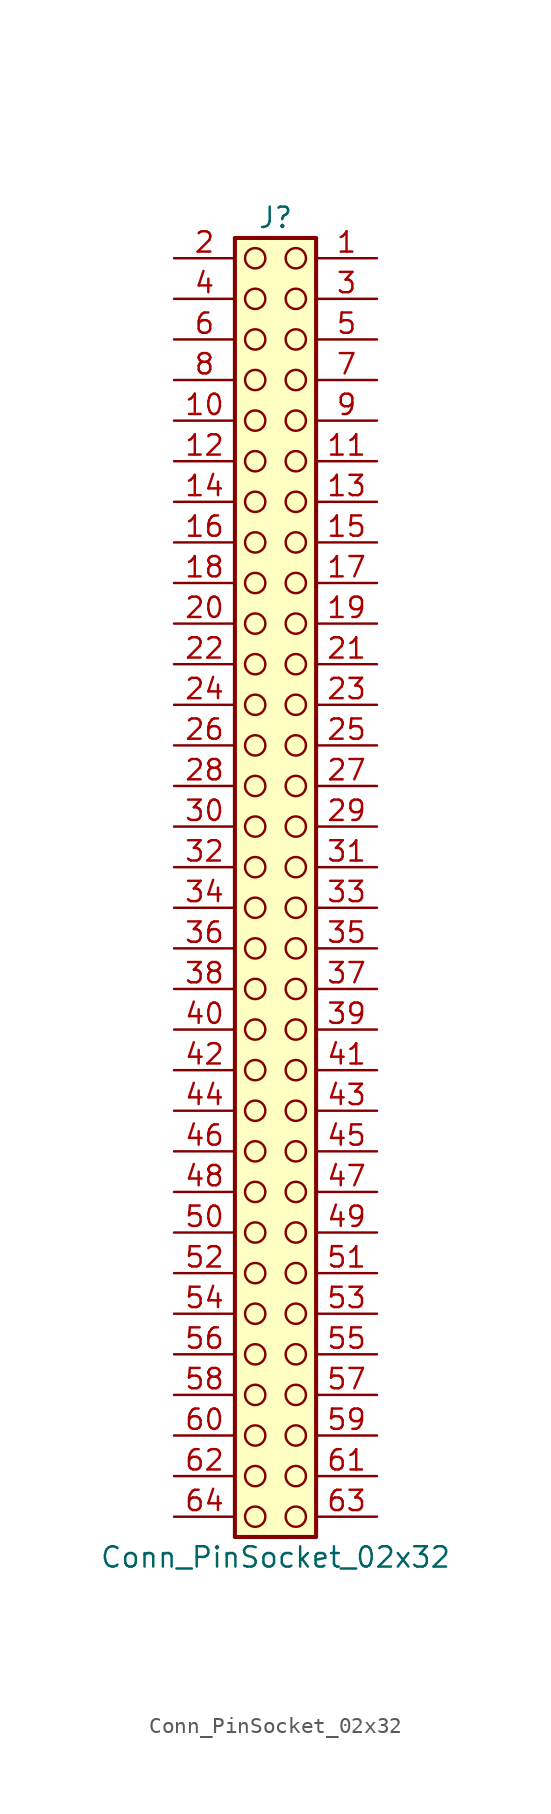
<source format=kicad_sym>
(kicad_symbol_lib
  (version 20241209)
  (generator "kicad_symbol_editor")
  (generator_version "9.0")
  (symbol "Conn_PinSocket_02x32"
    (pin_names
      (offset 1.016)
      (hide yes))
    (property "Reference" "J"
      (at 1.27 40.64 0)
      (effects (font (size 1.27 1.27))))
    (property "Value" "Conn_PinSocket_02x32"
      (at 1.27 -43.18 0)
      (effects (font (size 1.27 1.27))))
    (symbol "Conn_PinSocket_02x32_1_1"
      (rectangle (start -1.27 39.37) (end 3.81 -41.91) (stroke (width 0.254) (type default)) (fill (type background)))
      (circle (center 0 38.1) (radius 0.635) (stroke (width 0) (type solid) (color 132 0 0 1)) (fill (type none)))
      (circle (center 0 35.56) (radius 0.635) (stroke (width 0) (type solid) (color 132 0 0 1)) (fill (type none)))
      (circle (center 0 33.02) (radius 0.635) (stroke (width 0) (type solid) (color 132 0 0 1)) (fill (type none)))
      (circle (center 0 30.48) (radius 0.635) (stroke (width 0) (type solid) (color 132 0 0 1)) (fill (type none)))
      (circle (center 0 27.94) (radius 0.635) (stroke (width 0) (type solid) (color 132 0 0 1)) (fill (type none)))
      (circle (center 0 25.4) (radius 0.635) (stroke (width 0) (type solid) (color 132 0 0 1)) (fill (type none)))
      (circle (center 0 22.86) (radius 0.635) (stroke (width 0) (type solid) (color 132 0 0 1)) (fill (type none)))
      (circle (center 0 20.32) (radius 0.635) (stroke (width 0) (type solid) (color 132 0 0 1)) (fill (type none)))
      (circle (center 0 17.78) (radius 0.635) (stroke (width 0) (type solid) (color 132 0 0 1)) (fill (type none)))
      (circle (center 0 15.24) (radius 0.635) (stroke (width 0) (type solid) (color 132 0 0 1)) (fill (type none)))
      (circle (center 0 12.7) (radius 0.635) (stroke (width 0) (type solid) (color 132 0 0 1)) (fill (type none)))
      (circle (center 0 10.16) (radius 0.635) (stroke (width 0) (type solid) (color 132 0 0 1)) (fill (type none)))
      (circle (center 0 7.62) (radius 0.635) (stroke (width 0) (type solid) (color 132 0 0 1)) (fill (type none)))
      (circle (center 0 5.08) (radius 0.635) (stroke (width 0) (type solid) (color 132 0 0 1)) (fill (type none)))
      (circle (center 0 2.54) (radius 0.635) (stroke (width 0) (type solid) (color 132 0 0 1)) (fill (type none)))
      (circle (center 0 0) (radius 0.635) (stroke (width 0) (type solid) (color 132 0 0 1)) (fill (type none)))
      (circle (center 0 -2.54) (radius 0.635) (stroke (width 0) (type solid) (color 132 0 0 1)) (fill (type none)))
      (circle (center 0 -5.08) (radius 0.635) (stroke (width 0) (type solid) (color 132 0 0 1)) (fill (type none)))
      (circle (center 0 -7.62) (radius 0.635) (stroke (width 0) (type solid) (color 132 0 0 1)) (fill (type none)))
      (circle (center 0 -10.16) (radius 0.635) (stroke (width 0) (type solid) (color 132 0 0 1)) (fill (type none)))
      (circle (center 0 -12.7) (radius 0.635) (stroke (width 0) (type solid) (color 132 0 0 1)) (fill (type none)))
      (circle (center 0 -15.24) (radius 0.635) (stroke (width 0) (type solid) (color 132 0 0 1)) (fill (type none)))
      (circle (center 0 -17.78) (radius 0.635) (stroke (width 0) (type solid) (color 132 0 0 1)) (fill (type none)))
      (circle (center 0 -20.32) (radius 0.635) (stroke (width 0) (type solid) (color 132 0 0 1)) (fill (type none)))
      (circle (center 0 -22.86) (radius 0.635) (stroke (width 0) (type solid) (color 132 0 0 1)) (fill (type none)))
      (circle (center 0 -25.4) (radius 0.635) (stroke (width 0) (type solid) (color 132 0 0 1)) (fill (type none)))
      (circle (center 0 -27.94) (radius 0.635) (stroke (width 0) (type solid) (color 132 0 0 1)) (fill (type none)))
      (circle (center 0 -30.48) (radius 0.635) (stroke (width 0) (type solid) (color 132 0 0 1)) (fill (type none)))
      (circle (center 0 -33.02) (radius 0.635) (stroke (width 0) (type solid) (color 132 0 0 1)) (fill (type none)))
      (circle (center 0 -35.56) (radius 0.635) (stroke (width 0) (type solid) (color 132 0 0 1)) (fill (type none)))
      (circle (center 0 -38.1) (radius 0.635) (stroke (width 0) (type solid) (color 132 0 0 1)) (fill (type none)))
      (circle (center 0 -40.64) (radius 0.635) (stroke (width 0) (type solid) (color 132 0 0 1)) (fill (type none)))
      (circle (center 2.54 38.1) (radius 0.635) (stroke (width 0) (type solid) (color 132 0 0 1)) (fill (type none)))
      (circle (center 2.54 35.56) (radius 0.635) (stroke (width 0) (type solid) (color 132 0 0 1)) (fill (type none)))
      (circle (center 2.54 33.02) (radius 0.635) (stroke (width 0) (type solid) (color 132 0 0 1)) (fill (type none)))
      (circle (center 2.54 30.48) (radius 0.635) (stroke (width 0) (type solid) (color 132 0 0 1)) (fill (type none)))
      (circle (center 2.54 27.94) (radius 0.635) (stroke (width 0) (type solid) (color 132 0 0 1)) (fill (type none)))
      (circle (center 2.54 25.4) (radius 0.635) (stroke (width 0) (type solid) (color 132 0 0 1)) (fill (type none)))
      (circle (center 2.54 22.86) (radius 0.635) (stroke (width 0) (type solid) (color 132 0 0 1)) (fill (type none)))
      (circle (center 2.54 20.32) (radius 0.635) (stroke (width 0) (type solid) (color 132 0 0 1)) (fill (type none)))
      (circle (center 2.54 17.78) (radius 0.635) (stroke (width 0) (type solid) (color 132 0 0 1)) (fill (type none)))
      (circle (center 2.54 15.24) (radius 0.635) (stroke (width 0) (type solid) (color 132 0 0 1)) (fill (type none)))
      (circle (center 2.54 12.7) (radius 0.635) (stroke (width 0) (type solid) (color 132 0 0 1)) (fill (type none)))
      (circle (center 2.54 10.16) (radius 0.635) (stroke (width 0) (type solid) (color 132 0 0 1)) (fill (type none)))
      (circle (center 2.54 7.62) (radius 0.635) (stroke (width 0) (type solid) (color 132 0 0 1)) (fill (type none)))
      (circle (center 2.54 5.08) (radius 0.635) (stroke (width 0) (type solid) (color 132 0 0 1)) (fill (type none)))
      (circle (center 2.54 2.54) (radius 0.635) (stroke (width 0) (type solid) (color 132 0 0 1)) (fill (type none)))
      (circle (center 2.54 0) (radius 0.635) (stroke (width 0) (type solid) (color 132 0 0 1)) (fill (type none)))
      (circle (center 2.54 -2.54) (radius 0.635) (stroke (width 0) (type solid) (color 132 0 0 1)) (fill (type none)))
      (circle (center 2.54 -5.08) (radius 0.635) (stroke (width 0) (type solid) (color 132 0 0 1)) (fill (type none)))
      (circle (center 2.54 -7.62) (radius 0.635) (stroke (width 0) (type solid) (color 132 0 0 1)) (fill (type none)))
      (circle (center 2.54 -10.16) (radius 0.635) (stroke (width 0) (type solid) (color 132 0 0 1)) (fill (type none)))
      (circle (center 2.54 -12.7) (radius 0.635) (stroke (width 0) (type solid) (color 132 0 0 1)) (fill (type none)))
      (circle (center 2.54 -15.24) (radius 0.635) (stroke (width 0) (type solid) (color 132 0 0 1)) (fill (type none)))
      (circle (center 2.54 -17.78) (radius 0.635) (stroke (width 0) (type solid) (color 132 0 0 1)) (fill (type none)))
      (circle (center 2.54 -20.32) (radius 0.635) (stroke (width 0) (type solid) (color 132 0 0 1)) (fill (type none)))
      (circle (center 2.54 -22.86) (radius 0.635) (stroke (width 0) (type solid) (color 132 0 0 1)) (fill (type none)))
      (circle (center 2.54 -25.4) (radius 0.635) (stroke (width 0) (type solid) (color 132 0 0 1)) (fill (type none)))
      (circle (center 2.54 -27.94) (radius 0.635) (stroke (width 0) (type solid) (color 132 0 0 1)) (fill (type none)))
      (circle (center 2.54 -30.48) (radius 0.635) (stroke (width 0) (type solid) (color 132 0 0 1)) (fill (type none)))
      (circle (center 2.54 -33.02) (radius 0.635) (stroke (width 0) (type solid) (color 132 0 0 1)) (fill (type none)))
      (circle (center 2.54 -35.56) (radius 0.635) (stroke (width 0) (type solid) (color 132 0 0 1)) (fill (type none)))
      (circle (center 2.54 -38.1) (radius 0.635) (stroke (width 0) (type solid) (color 132 0 0 1)) (fill (type none)))
      (circle (center 2.54 -40.64) (radius 0.635) (stroke (width 0) (type solid) (color 132 0 0 1)) (fill (type none)))
      (pin passive line (at -5.08 38.1 0) (length 3.81) (name "Pin_2" (effects (font (size 1.27 1.27)))) (number "2" (effects (font (size 1.27 1.27)))))
      (pin passive line (at -5.08 35.56 0) (length 3.81) (name "Pin_4" (effects (font (size 1.27 1.27)))) (number "4" (effects (font (size 1.27 1.27)))))
      (pin passive line (at -5.08 33.02 0) (length 3.81) (name "Pin_6" (effects (font (size 1.27 1.27)))) (number "6" (effects (font (size 1.27 1.27)))))
      (pin passive line (at -5.08 30.48 0) (length 3.81) (name "Pin_8" (effects (font (size 1.27 1.27)))) (number "8" (effects (font (size 1.27 1.27)))))
      (pin passive line (at -5.08 27.94 0) (length 3.81) (name "Pin_10" (effects (font (size 1.27 1.27)))) (number "10" (effects (font (size 1.27 1.27)))))
      (pin passive line (at -5.08 25.4 0) (length 3.81) (name "Pin_12" (effects (font (size 1.27 1.27)))) (number "12" (effects (font (size 1.27 1.27)))))
      (pin passive line (at -5.08 22.86 0) (length 3.81) (name "Pin_14" (effects (font (size 1.27 1.27)))) (number "14" (effects (font (size 1.27 1.27)))))
      (pin passive line (at -5.08 20.32 0) (length 3.81) (name "Pin_16" (effects (font (size 1.27 1.27)))) (number "16" (effects (font (size 1.27 1.27)))))
      (pin passive line (at -5.08 17.78 0) (length 3.81) (name "Pin_18" (effects (font (size 1.27 1.27)))) (number "18" (effects (font (size 1.27 1.27)))))
      (pin passive line (at -5.08 15.24 0) (length 3.81) (name "Pin_20" (effects (font (size 1.27 1.27)))) (number "20" (effects (font (size 1.27 1.27)))))
      (pin passive line (at -5.08 12.7 0) (length 3.81) (name "Pin_22" (effects (font (size 1.27 1.27)))) (number "22" (effects (font (size 1.27 1.27)))))
      (pin passive line (at -5.08 10.16 0) (length 3.81) (name "Pin_24" (effects (font (size 1.27 1.27)))) (number "24" (effects (font (size 1.27 1.27)))))
      (pin passive line (at -5.08 7.62 0) (length 3.81) (name "Pin_26" (effects (font (size 1.27 1.27)))) (number "26" (effects (font (size 1.27 1.27)))))
      (pin passive line (at -5.08 5.08 0) (length 3.81) (name "Pin_28" (effects (font (size 1.27 1.27)))) (number "28" (effects (font (size 1.27 1.27)))))
      (pin passive line (at -5.08 2.54 0) (length 3.81) (name "Pin_30" (effects (font (size 1.27 1.27)))) (number "30" (effects (font (size 1.27 1.27)))))
      (pin passive line (at -5.08 0 0) (length 3.81) (name "Pin_32" (effects (font (size 1.27 1.27)))) (number "32" (effects (font (size 1.27 1.27)))))
      (pin passive line (at -5.08 -2.54 0) (length 3.81) (name "Pin_34" (effects (font (size 1.27 1.27)))) (number "34" (effects (font (size 1.27 1.27)))))
      (pin passive line (at -5.08 -5.08 0) (length 3.81) (name "Pin_36" (effects (font (size 1.27 1.27)))) (number "36" (effects (font (size 1.27 1.27)))))
      (pin passive line (at -5.08 -7.62 0) (length 3.81) (name "Pin_38" (effects (font (size 1.27 1.27)))) (number "38" (effects (font (size 1.27 1.27)))))
      (pin passive line (at -5.08 -10.16 0) (length 3.81) (name "Pin_40" (effects (font (size 1.27 1.27)))) (number "40" (effects (font (size 1.27 1.27)))))
      (pin passive line (at -5.08 -12.7 0) (length 3.81) (name "Pin_42" (effects (font (size 1.27 1.27)))) (number "42" (effects (font (size 1.27 1.27)))))
      (pin passive line (at -5.08 -15.24 0) (length 3.81) (name "Pin_44" (effects (font (size 1.27 1.27)))) (number "44" (effects (font (size 1.27 1.27)))))
      (pin passive line (at -5.08 -17.78 0) (length 3.81) (name "Pin_46" (effects (font (size 1.27 1.27)))) (number "46" (effects (font (size 1.27 1.27)))))
      (pin passive line (at -5.08 -20.32 0) (length 3.81) (name "Pin_48" (effects (font (size 1.27 1.27)))) (number "48" (effects (font (size 1.27 1.27)))))
      (pin passive line (at -5.08 -22.86 0) (length 3.81) (name "Pin_50" (effects (font (size 1.27 1.27)))) (number "50" (effects (font (size 1.27 1.27)))))
      (pin passive line (at -5.08 -25.4 0) (length 3.81) (name "Pin_52" (effects (font (size 1.27 1.27)))) (number "52" (effects (font (size 1.27 1.27)))))
      (pin passive line (at -5.08 -27.94 0) (length 3.81) (name "Pin_54" (effects (font (size 1.27 1.27)))) (number "54" (effects (font (size 1.27 1.27)))))
      (pin passive line (at -5.08 -30.48 0) (length 3.81) (name "Pin_56" (effects (font (size 1.27 1.27)))) (number "56" (effects (font (size 1.27 1.27)))))
      (pin passive line (at -5.08 -33.02 0) (length 3.81) (name "Pin_58" (effects (font (size 1.27 1.27)))) (number "58" (effects (font (size 1.27 1.27)))))
      (pin passive line (at -5.08 -35.56 0) (length 3.81) (name "Pin_60" (effects (font (size 1.27 1.27)))) (number "60" (effects (font (size 1.27 1.27)))))
      (pin passive line (at -5.08 -38.1 0) (length 3.81) (name "Pin_62" (effects (font (size 1.27 1.27)))) (number "62" (effects (font (size 1.27 1.27)))))
      (pin passive line (at -5.08 -40.64 0) (length 3.81) (name "Pin_64" (effects (font (size 1.27 1.27)))) (number "64" (effects (font (size 1.27 1.27)))))
      (pin passive line (at 7.62 38.1 180) (length 3.81) (name "Pin_1" (effects (font (size 1.27 1.27)))) (number "1" (effects (font (size 1.27 1.27)))))
      (pin passive line (at 7.62 35.56 180) (length 3.81) (name "Pin_3" (effects (font (size 1.27 1.27)))) (number "3" (effects (font (size 1.27 1.27)))))
      (pin passive line (at 7.62 33.02 180) (length 3.81) (name "Pin_5" (effects (font (size 1.27 1.27)))) (number "5" (effects (font (size 1.27 1.27)))))
      (pin passive line (at 7.62 30.48 180) (length 3.81) (name "Pin_7" (effects (font (size 1.27 1.27)))) (number "7" (effects (font (size 1.27 1.27)))))
      (pin passive line (at 7.62 27.94 180) (length 3.81) (name "Pin_9" (effects (font (size 1.27 1.27)))) (number "9" (effects (font (size 1.27 1.27)))))
      (pin passive line (at 7.62 25.4 180) (length 3.81) (name "Pin_11" (effects (font (size 1.27 1.27)))) (number "11" (effects (font (size 1.27 1.27)))))
      (pin passive line (at 7.62 22.86 180) (length 3.81) (name "Pin_13" (effects (font (size 1.27 1.27)))) (number "13" (effects (font (size 1.27 1.27)))))
      (pin passive line (at 7.62 20.32 180) (length 3.81) (name "Pin_15" (effects (font (size 1.27 1.27)))) (number "15" (effects (font (size 1.27 1.27)))))
      (pin passive line (at 7.62 17.78 180) (length 3.81) (name "Pin_17" (effects (font (size 1.27 1.27)))) (number "17" (effects (font (size 1.27 1.27)))))
      (pin passive line (at 7.62 15.24 180) (length 3.81) (name "Pin_19" (effects (font (size 1.27 1.27)))) (number "19" (effects (font (size 1.27 1.27)))))
      (pin passive line (at 7.62 12.7 180) (length 3.81) (name "Pin_21" (effects (font (size 1.27 1.27)))) (number "21" (effects (font (size 1.27 1.27)))))
      (pin passive line (at 7.62 10.16 180) (length 3.81) (name "Pin_23" (effects (font (size 1.27 1.27)))) (number "23" (effects (font (size 1.27 1.27)))))
      (pin passive line (at 7.62 7.62 180) (length 3.81) (name "Pin_25" (effects (font (size 1.27 1.27)))) (number "25" (effects (font (size 1.27 1.27)))))
      (pin passive line (at 7.62 5.08 180) (length 3.81) (name "Pin_27" (effects (font (size 1.27 1.27)))) (number "27" (effects (font (size 1.27 1.27)))))
      (pin passive line (at 7.62 2.54 180) (length 3.81) (name "Pin_29" (effects (font (size 1.27 1.27)))) (number "29" (effects (font (size 1.27 1.27)))))
      (pin passive line (at 7.62 0 180) (length 3.81) (name "Pin_31" (effects (font (size 1.27 1.27)))) (number "31" (effects (font (size 1.27 1.27)))))
      (pin passive line (at 7.62 -2.54 180) (length 3.81) (name "Pin_33" (effects (font (size 1.27 1.27)))) (number "33" (effects (font (size 1.27 1.27)))))
      (pin passive line (at 7.62 -5.08 180) (length 3.81) (name "Pin_35" (effects (font (size 1.27 1.27)))) (number "35" (effects (font (size 1.27 1.27)))))
      (pin passive line (at 7.62 -7.62 180) (length 3.81) (name "Pin_37" (effects (font (size 1.27 1.27)))) (number "37" (effects (font (size 1.27 1.27)))))
      (pin passive line (at 7.62 -10.16 180) (length 3.81) (name "Pin_39" (effects (font (size 1.27 1.27)))) (number "39" (effects (font (size 1.27 1.27)))))
      (pin passive line (at 7.62 -12.7 180) (length 3.81) (name "Pin_41" (effects (font (size 1.27 1.27)))) (number "41" (effects (font (size 1.27 1.27)))))
      (pin passive line (at 7.62 -15.24 180) (length 3.81) (name "Pin_43" (effects (font (size 1.27 1.27)))) (number "43" (effects (font (size 1.27 1.27)))))
      (pin passive line (at 7.62 -17.78 180) (length 3.81) (name "Pin_45" (effects (font (size 1.27 1.27)))) (number "45" (effects (font (size 1.27 1.27)))))
      (pin passive line (at 7.62 -20.32 180) (length 3.81) (name "Pin_47" (effects (font (size 1.27 1.27)))) (number "47" (effects (font (size 1.27 1.27)))))
      (pin passive line (at 7.62 -22.86 180) (length 3.81) (name "Pin_49" (effects (font (size 1.27 1.27)))) (number "49" (effects (font (size 1.27 1.27)))))
      (pin passive line (at 7.62 -25.4 180) (length 3.81) (name "Pin_51" (effects (font (size 1.27 1.27)))) (number "51" (effects (font (size 1.27 1.27)))))
      (pin passive line (at 7.62 -27.94 180) (length 3.81) (name "Pin_53" (effects (font (size 1.27 1.27)))) (number "53" (effects (font (size 1.27 1.27)))))
      (pin passive line (at 7.62 -30.48 180) (length 3.81) (name "Pin_55" (effects (font (size 1.27 1.27)))) (number "55" (effects (font (size 1.27 1.27)))))
      (pin passive line (at 7.62 -33.02 180) (length 3.81) (name "Pin_57" (effects (font (size 1.27 1.27)))) (number "57" (effects (font (size 1.27 1.27)))))
      (pin passive line (at 7.62 -35.56 180) (length 3.81) (name "Pin_59" (effects (font (size 1.27 1.27)))) (number "59" (effects (font (size 1.27 1.27)))))
      (pin passive line (at 7.62 -38.1 180) (length 3.81) (name "Pin_61" (effects (font (size 1.27 1.27)))) (number "61" (effects (font (size 1.27 1.27)))))
      (pin passive line (at 7.62 -40.64 180) (length 3.81) (name "Pin_63" (effects (font (size 1.27 1.27)))) (number "63" (effects (font (size 1.27 1.27))))))))
</source>
